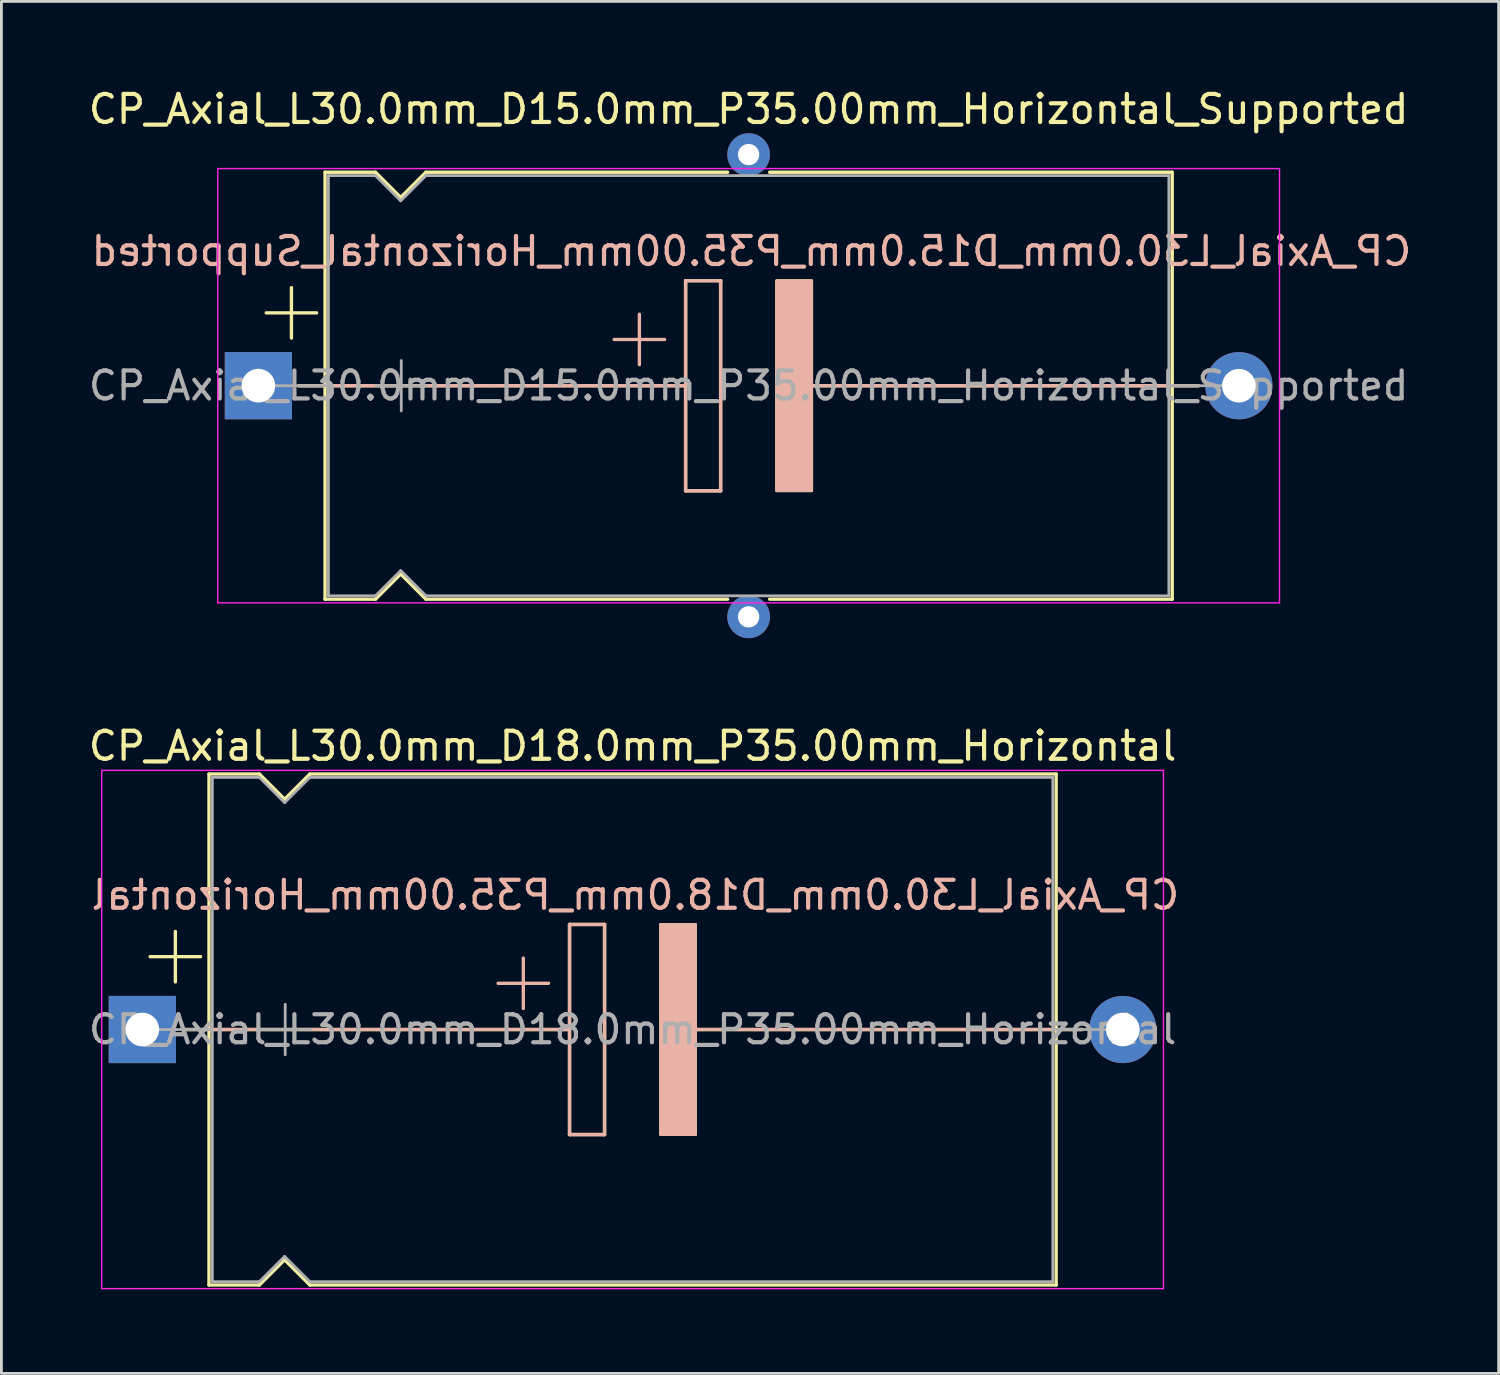
<source format=kicad_pcb>
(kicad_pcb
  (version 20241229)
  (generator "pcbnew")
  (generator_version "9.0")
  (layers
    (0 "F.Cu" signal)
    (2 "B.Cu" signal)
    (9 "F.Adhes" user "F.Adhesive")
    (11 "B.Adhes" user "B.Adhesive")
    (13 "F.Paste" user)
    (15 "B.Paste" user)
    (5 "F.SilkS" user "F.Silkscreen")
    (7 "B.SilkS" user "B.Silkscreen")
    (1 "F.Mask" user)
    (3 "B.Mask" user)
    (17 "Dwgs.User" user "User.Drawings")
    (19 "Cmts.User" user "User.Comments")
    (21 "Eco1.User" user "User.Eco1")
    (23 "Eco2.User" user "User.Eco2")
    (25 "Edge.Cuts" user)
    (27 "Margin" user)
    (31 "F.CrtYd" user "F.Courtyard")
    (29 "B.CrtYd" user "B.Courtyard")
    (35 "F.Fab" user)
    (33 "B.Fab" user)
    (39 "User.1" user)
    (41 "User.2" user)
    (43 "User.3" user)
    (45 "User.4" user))
  (footprint "CP_Axial_L30.0mm_D15.0mm_P35.00mm_Horizontal_Supported"
    (layer "F.Cu")
    (at 6.173 10.718)
    (property "Reference" "CP_Axial_L30.0mm_D15.0mm_P35.00mm_Horizontal_Supported" (at 17.5 -9.87 0) (layer "F.SilkS") (effects (font (size 1 1) (thickness 0.15))))
    (fp_line (start 0.28 -2.6) (end 2.08 -2.6) (stroke (width 0.12) (type solid)) (layer "F.SilkS"))
    (fp_line (start 1.18 -3.5) (end 1.18 -1.7) (stroke (width 0.12) (type solid)) (layer "F.SilkS"))
    (fp_line (start 1.44 0) (end 2.38 0) (stroke (width 0.12) (type solid)) (layer "F.SilkS"))
    (fp_line (start 2.38 -7.62) (end 2.38 7.62) (stroke (width 0.12) (type solid)) (layer "F.SilkS"))
    (fp_line (start 2.38 -7.62) (end 4.18 -7.62) (stroke (width 0.12) (type solid)) (layer "F.SilkS"))
    (fp_line (start 2.38 0) (end 15.25 0) (stroke (width 0.12) (type solid)) (layer "F.SilkS"))
    (fp_line (start 2.38 7.62) (end 4.18 7.62) (stroke (width 0.12) (type solid)) (layer "F.SilkS"))
    (fp_line (start 4.18 -7.62) (end 5.08 -6.72) (stroke (width 0.12) (type solid)) (layer "F.SilkS"))
    (fp_line (start 4.18 7.62) (end 5.08 6.72) (stroke (width 0.12) (type solid)) (layer "F.SilkS"))
    (fp_line (start 5.08 -6.72) (end 5.98 -7.62) (stroke (width 0.12) (type solid)) (layer "F.SilkS"))
    (fp_line (start 5.08 6.72) (end 5.98 7.62) (stroke (width 0.12) (type solid)) (layer "F.SilkS"))
    (fp_line (start 5.98 -7.62) (end 16.75 -7.62) (stroke (width 0.12) (type solid)) (layer "F.SilkS"))
    (fp_line (start 5.98 7.62) (end 16.75 7.62) (stroke (width 0.12) (type solid)) (layer "F.SilkS"))
    (fp_line (start 15.25 -3.75) (end 16.5 -3.75) (stroke (width 0.12) (type solid)) (layer "F.SilkS"))
    (fp_line (start 15.25 0) (end 15.25 -3.75) (stroke (width 0.12) (type solid)) (layer "F.SilkS"))
    (fp_line (start 15.25 3.75) (end 15.25 0) (stroke (width 0.12) (type solid)) (layer "F.SilkS"))
    (fp_line (start 16.5 -3.75) (end 16.5 3.75) (stroke (width 0.12) (type solid)) (layer "F.SilkS"))
    (fp_line (start 16.5 3.75) (end 15.25 3.75) (stroke (width 0.12) (type solid)) (layer "F.SilkS"))
    (fp_line (start 18.25 -7.62) (end 32.62 -7.62) (stroke (width 0.12) (type solid)) (layer "F.SilkS"))
    (fp_line (start 18.25 7.62) (end 32.62 7.62) (stroke (width 0.12) (type solid)) (layer "F.SilkS"))
    (fp_line (start 19.75 0) (end 32.62 0) (stroke (width 0.12) (type solid)) (layer "F.SilkS"))
    (fp_line (start 32.62 -7.62) (end 32.62 7.62) (stroke (width 0.12) (type solid)) (layer "F.SilkS"))
    (fp_line (start 33.56 0) (end 32.62 0) (stroke (width 0.12) (type solid)) (layer "F.SilkS"))
    (fp_poly (pts (xy 19.75 3.75) (xy 18.5 3.75) (xy 18.5 -3.75) (xy 19.75 -3.75)) (stroke (width 0.1) (type solid)) (fill yes) (layer "F.SilkS"))
    (fp_line (start 1.45 0) (end 8.38 0) (stroke (width 0.12) (type solid)) (layer "B.SilkS"))
    (fp_line (start 8.38 0) (end 15.25 0) (stroke (width 0.12) (type solid)) (layer "B.SilkS"))
    (fp_line (start 13.6 -2.55) (end 13.6 -0.75) (stroke (width 0.12) (type solid)) (layer "B.SilkS"))
    (fp_line (start 14.5 -1.65) (end 12.7 -1.65) (stroke (width 0.12) (type solid)) (layer "B.SilkS"))
    (fp_line (start 15.25 -3.75) (end 16.5 -3.75) (stroke (width 0.12) (type solid)) (layer "B.SilkS"))
    (fp_line (start 15.25 0) (end 15.25 -3.75) (stroke (width 0.12) (type solid)) (layer "B.SilkS"))
    (fp_line (start 15.25 3.75) (end 15.25 0) (stroke (width 0.12) (type solid)) (layer "B.SilkS"))
    (fp_line (start 16.5 -3.75) (end 16.5 3.75) (stroke (width 0.12) (type solid)) (layer "B.SilkS"))
    (fp_line (start 16.5 3.75) (end 15.25 3.75) (stroke (width 0.12) (type solid)) (layer "B.SilkS"))
    (fp_line (start 19.75 0) (end 26.62 0) (stroke (width 0.12) (type solid)) (layer "B.SilkS"))
    (fp_line (start 33.55 0) (end 26.62 0) (stroke (width 0.12) (type solid)) (layer "B.SilkS"))
    (fp_poly (pts (xy 19.75 3.75) (xy 18.5 3.75) (xy 18.5 -3.75) (xy 19.75 -3.75)) (stroke (width 0.1) (type solid)) (fill yes) (layer "B.SilkS"))
    (fp_line (start -1.45 -7.75) (end -1.45 7.75) (stroke (width 0.05) (type solid)) (layer "F.CrtYd"))
    (fp_line (start -1.45 7.75) (end 36.45 7.75) (stroke (width 0.05) (type solid)) (layer "F.CrtYd"))
    (fp_line (start 36.45 -7.75) (end -1.45 -7.75) (stroke (width 0.05) (type solid)) (layer "F.CrtYd"))
    (fp_line (start 36.45 7.75) (end 36.45 -7.75) (stroke (width 0.05) (type solid)) (layer "F.CrtYd"))
    (fp_line (start 0 0) (end 2.5 0) (stroke (width 0.1) (type solid)) (layer "F.Fab"))
    (fp_line (start 2.5 -7.5) (end 2.5 7.5) (stroke (width 0.1) (type solid)) (layer "F.Fab"))
    (fp_line (start 2.5 -7.5) (end 4.18 -7.5) (stroke (width 0.1) (type solid)) (layer "F.Fab"))
    (fp_line (start 2.5 7.5) (end 4.18 7.5) (stroke (width 0.1) (type solid)) (layer "F.Fab"))
    (fp_line (start 4.18 -7.5) (end 5.08 -6.6) (stroke (width 0.1) (type solid)) (layer "F.Fab"))
    (fp_line (start 4.18 7.5) (end 5.08 6.6) (stroke (width 0.1) (type solid)) (layer "F.Fab"))
    (fp_line (start 4.2 0) (end 6 0) (stroke (width 0.1) (type solid)) (layer "F.Fab"))
    (fp_line (start 5.08 -6.6) (end 5.98 -7.5) (stroke (width 0.1) (type solid)) (layer "F.Fab"))
    (fp_line (start 5.08 6.6) (end 5.98 7.5) (stroke (width 0.1) (type solid)) (layer "F.Fab"))
    (fp_line (start 5.1 -0.9) (end 5.1 0.9) (stroke (width 0.1) (type solid)) (layer "F.Fab"))
    (fp_line (start 5.98 -7.5) (end 32.5 -7.5) (stroke (width 0.1) (type solid)) (layer "F.Fab"))
    (fp_line (start 5.98 7.5) (end 32.5 7.5) (stroke (width 0.1) (type solid)) (layer "F.Fab"))
    (fp_line (start 32.5 -7.5) (end 32.5 7.5) (stroke (width 0.1) (type solid)) (layer "F.Fab"))
    (fp_line (start 35 0) (end 32.5 0) (stroke (width 0.1) (type solid)) (layer "F.Fab"))
    (fp_text user "${REFERENCE}" (at 17.6 -4.8 0) (layer "B.SilkS") (effects (font (size 1 1) (thickness 0.15)) (justify mirror)))
    (fp_text user "${REFERENCE}" (at 17.5 0 0) (layer "F.Fab") (effects (font (size 1 1) (thickness 0.15))))
    (pad "" thru_hole circle (at 17.5 -8.25) (size 1.524 1.524) (drill 0.762) (layers "*.Cu" "*.Mask"))
    (pad "" thru_hole circle (at 17.5 8.25) (size 1.524 1.524) (drill 0.762) (layers "*.Cu" "*.Mask"))
    (pad "1" thru_hole rect (at 0 0) (size 2.4 2.4) (drill 1.2) (layers "*.Cu" "*.Mask"))
    (pad "2" thru_hole oval (at 35 0) (size 2.4 2.4) (drill 1.2) (layers "*.Cu" "*.Mask")))
  (footprint "CP_Axial_L30.0mm_D18.0mm_P35.00mm_Horizontal"
    (layer "F.Cu")
    (at 2.03 33.699)
    (property "Reference" "CP_Axial_L30.0mm_D18.0mm_P35.00mm_Horizontal" (at 17.5 -10.12 0) (layer "F.SilkS") (effects (font (size 1 1) (thickness 0.15))))
    (fp_line (start 0.28 -2.6) (end 2.08 -2.6) (stroke (width 0.12) (type solid)) (layer "F.SilkS"))
    (fp_line (start 1.18 -3.5) (end 1.18 -1.7) (stroke (width 0.12) (type solid)) (layer "F.SilkS"))
    (fp_line (start 1.44 0) (end 2.38 0) (stroke (width 0.12) (type solid)) (layer "F.SilkS"))
    (fp_line (start 2.38 -9.12) (end 2.38 9.12) (stroke (width 0.12) (type solid)) (layer "F.SilkS"))
    (fp_line (start 2.38 -9.12) (end 4.18 -9.12) (stroke (width 0.12) (type solid)) (layer "F.SilkS"))
    (fp_line (start 2.38 0) (end 15.25 0) (stroke (width 0.12) (type solid)) (layer "F.SilkS"))
    (fp_line (start 2.38 9.12) (end 4.18 9.12) (stroke (width 0.12) (type solid)) (layer "F.SilkS"))
    (fp_line (start 4.18 -9.12) (end 5.08 -8.22) (stroke (width 0.12) (type solid)) (layer "F.SilkS"))
    (fp_line (start 4.18 9.12) (end 5.08 8.22) (stroke (width 0.12) (type solid)) (layer "F.SilkS"))
    (fp_line (start 5.08 -8.22) (end 5.98 -9.12) (stroke (width 0.12) (type solid)) (layer "F.SilkS"))
    (fp_line (start 5.08 8.22) (end 5.98 9.12) (stroke (width 0.12) (type solid)) (layer "F.SilkS"))
    (fp_line (start 5.98 -9.12) (end 32.62 -9.12) (stroke (width 0.12) (type solid)) (layer "F.SilkS"))
    (fp_line (start 5.98 9.12) (end 32.62 9.12) (stroke (width 0.12) (type solid)) (layer "F.SilkS"))
    (fp_line (start 15.25 -3.75) (end 16.5 -3.75) (stroke (width 0.12) (type solid)) (layer "F.SilkS"))
    (fp_line (start 15.25 0) (end 15.25 -3.75) (stroke (width 0.12) (type solid)) (layer "F.SilkS"))
    (fp_line (start 15.25 3.75) (end 15.25 0) (stroke (width 0.12) (type solid)) (layer "F.SilkS"))
    (fp_line (start 16.5 -3.75) (end 16.5 3.75) (stroke (width 0.12) (type solid)) (layer "F.SilkS"))
    (fp_line (start 16.5 3.75) (end 15.25 3.75) (stroke (width 0.12) (type solid)) (layer "F.SilkS"))
    (fp_line (start 19.75 0) (end 32.62 0) (stroke (width 0.12) (type solid)) (layer "F.SilkS"))
    (fp_line (start 32.62 -9.12) (end 32.62 9.12) (stroke (width 0.12) (type solid)) (layer "F.SilkS"))
    (fp_line (start 33.56 0) (end 32.62 0) (stroke (width 0.12) (type solid)) (layer "F.SilkS"))
    (fp_poly (pts (xy 19.75 3.75) (xy 18.5 3.75) (xy 18.5 -3.75) (xy 19.75 -3.75)) (stroke (width 0.1) (type solid)) (fill yes) (layer "F.SilkS"))
    (fp_line (start 1.45 0) (end 8.38 0) (stroke (width 0.12) (type solid)) (layer "B.SilkS"))
    (fp_line (start 8.38 0) (end 15.25 0) (stroke (width 0.12) (type solid)) (layer "B.SilkS"))
    (fp_line (start 13.6 -2.55) (end 13.6 -0.75) (stroke (width 0.12) (type solid)) (layer "B.SilkS"))
    (fp_line (start 14.5 -1.65) (end 12.7 -1.65) (stroke (width 0.12) (type solid)) (layer "B.SilkS"))
    (fp_line (start 15.25 -3.75) (end 16.5 -3.75) (stroke (width 0.12) (type solid)) (layer "B.SilkS"))
    (fp_line (start 15.25 0) (end 15.25 -3.75) (stroke (width 0.12) (type solid)) (layer "B.SilkS"))
    (fp_line (start 15.25 3.75) (end 15.25 0) (stroke (width 0.12) (type solid)) (layer "B.SilkS"))
    (fp_line (start 16.5 -3.75) (end 16.5 3.75) (stroke (width 0.12) (type solid)) (layer "B.SilkS"))
    (fp_line (start 16.5 3.75) (end 15.25 3.75) (stroke (width 0.12) (type solid)) (layer "B.SilkS"))
    (fp_line (start 19.75 0) (end 26.62 0) (stroke (width 0.12) (type solid)) (layer "B.SilkS"))
    (fp_line (start 33.55 0) (end 26.62 0) (stroke (width 0.12) (type solid)) (layer "B.SilkS"))
    (fp_poly (pts (xy 19.75 3.75) (xy 18.5 3.75) (xy 18.5 -3.75) (xy 19.75 -3.75)) (stroke (width 0.1) (type solid)) (fill yes) (layer "B.SilkS"))
    (fp_line (start -1.45 -9.25) (end -1.45 9.25) (stroke (width 0.05) (type solid)) (layer "F.CrtYd"))
    (fp_line (start -1.45 9.25) (end 36.45 9.25) (stroke (width 0.05) (type solid)) (layer "F.CrtYd"))
    (fp_line (start 36.45 -9.25) (end -1.45 -9.25) (stroke (width 0.05) (type solid)) (layer "F.CrtYd"))
    (fp_line (start 36.45 9.25) (end 36.45 -9.25) (stroke (width 0.05) (type solid)) (layer "F.CrtYd"))
    (fp_line (start 0 0) (end 2.5 0) (stroke (width 0.1) (type solid)) (layer "F.Fab"))
    (fp_line (start 2.5 -9) (end 2.5 9) (stroke (width 0.1) (type solid)) (layer "F.Fab"))
    (fp_line (start 2.5 -9) (end 4.18 -9) (stroke (width 0.1) (type solid)) (layer "F.Fab"))
    (fp_line (start 2.5 9) (end 4.18 9) (stroke (width 0.1) (type solid)) (layer "F.Fab"))
    (fp_line (start 4.18 -9) (end 5.08 -8.1) (stroke (width 0.1) (type solid)) (layer "F.Fab"))
    (fp_line (start 4.18 9) (end 5.08 8.1) (stroke (width 0.1) (type solid)) (layer "F.Fab"))
    (fp_line (start 4.2 0) (end 6 0) (stroke (width 0.1) (type solid)) (layer "F.Fab"))
    (fp_line (start 5.08 -8.1) (end 5.98 -9) (stroke (width 0.1) (type solid)) (layer "F.Fab"))
    (fp_line (start 5.08 8.1) (end 5.98 9) (stroke (width 0.1) (type solid)) (layer "F.Fab"))
    (fp_line (start 5.1 -0.9) (end 5.1 0.9) (stroke (width 0.1) (type solid)) (layer "F.Fab"))
    (fp_line (start 5.98 -9) (end 32.5 -9) (stroke (width 0.1) (type solid)) (layer "F.Fab"))
    (fp_line (start 5.98 9) (end 32.5 9) (stroke (width 0.1) (type solid)) (layer "F.Fab"))
    (fp_line (start 32.5 -9) (end 32.5 9) (stroke (width 0.1) (type solid)) (layer "F.Fab"))
    (fp_line (start 35 0) (end 32.5 0) (stroke (width 0.1) (type solid)) (layer "F.Fab"))
    (fp_text user "${REFERENCE}" (at 17.6 -4.8 0) (layer "B.SilkS") (effects (font (size 1 1) (thickness 0.15)) (justify mirror)))
    (fp_text user "${REFERENCE}" (at 17.5 0 0) (layer "F.Fab") (effects (font (size 1 1) (thickness 0.15))))
    (pad "1" thru_hole rect (at 0 0) (size 2.4 2.4) (drill 1.2) (layers "*.Cu" "*.Mask"))
    (pad "2" thru_hole oval (at 35 0) (size 2.4 2.4) (drill 1.2) (layers "*.Cu" "*.Mask")))
  (gr_rect
    (start -3 -3)
    (end 50.445 45.974)
    (stroke (width 0.1) (type default))
    (fill no)
    (layer "Edge.Cuts")))
</source>
